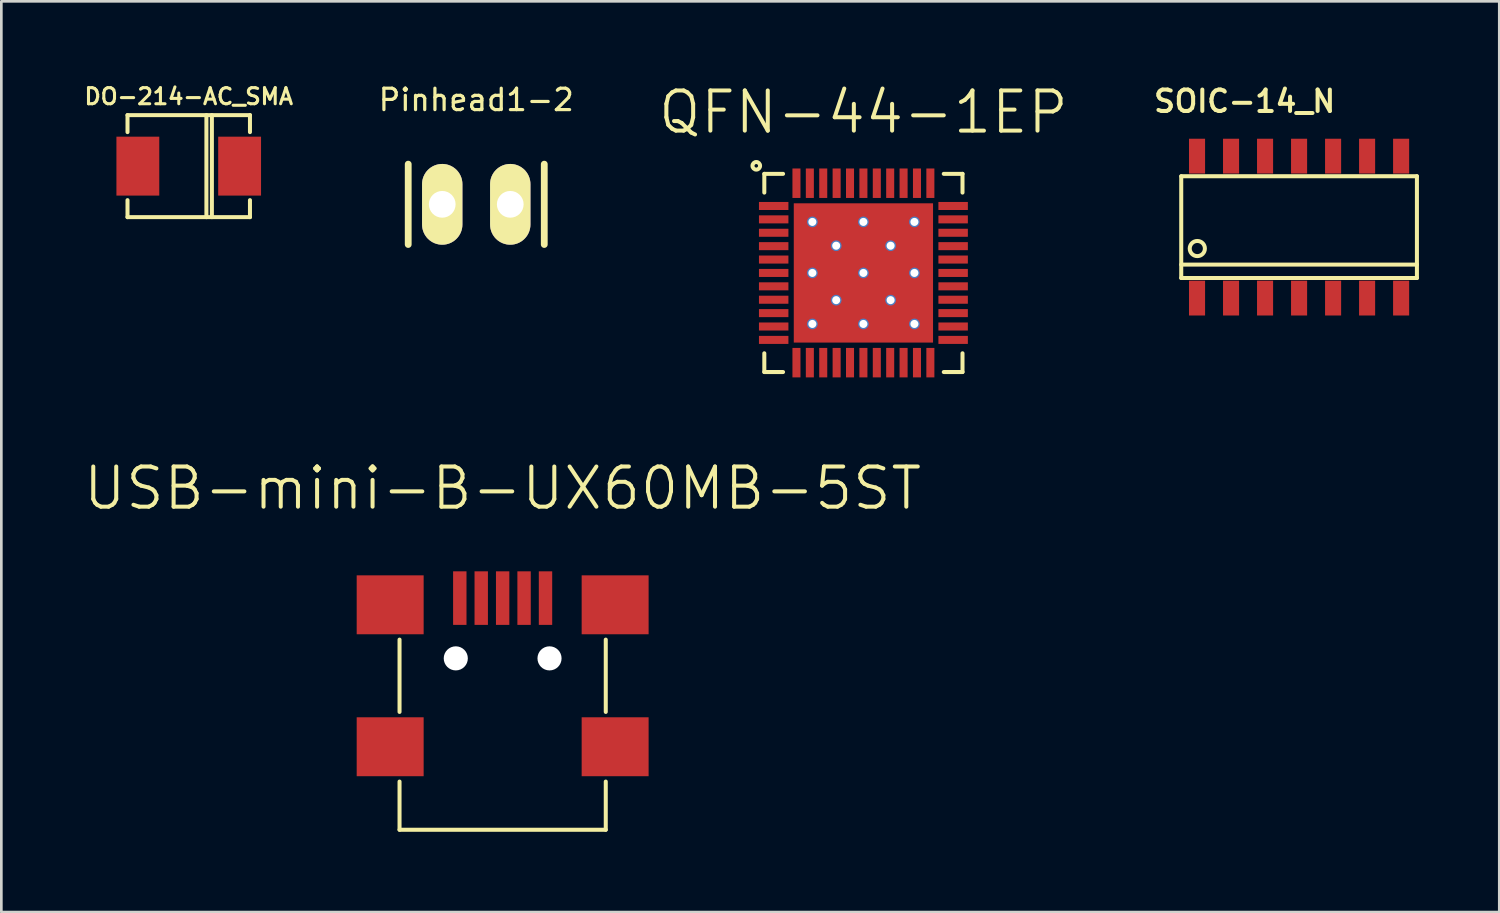
<source format=kicad_pcb>
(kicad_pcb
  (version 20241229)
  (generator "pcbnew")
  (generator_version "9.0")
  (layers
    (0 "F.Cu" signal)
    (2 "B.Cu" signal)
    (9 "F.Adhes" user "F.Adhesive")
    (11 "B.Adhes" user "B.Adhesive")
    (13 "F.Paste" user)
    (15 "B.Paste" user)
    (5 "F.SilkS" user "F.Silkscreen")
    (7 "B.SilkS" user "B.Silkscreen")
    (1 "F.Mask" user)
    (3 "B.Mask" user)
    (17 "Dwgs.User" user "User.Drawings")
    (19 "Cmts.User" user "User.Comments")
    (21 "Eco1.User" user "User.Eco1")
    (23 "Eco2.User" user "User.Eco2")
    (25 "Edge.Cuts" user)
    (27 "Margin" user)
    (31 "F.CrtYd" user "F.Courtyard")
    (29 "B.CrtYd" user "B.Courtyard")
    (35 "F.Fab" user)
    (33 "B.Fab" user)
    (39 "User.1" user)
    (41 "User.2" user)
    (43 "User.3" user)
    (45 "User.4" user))
  (footprint "SOIC-14_N"
    (placed yes)
    (layer "F.Cu")
    (at 45.455 5.43)
    (property "Reference" "SOIC-14_N" (at -2.032 -4.699 0) (layer "F.SilkS") (effects (font (size 0.8 0.8) (thickness 0.15))))
    (attr smd)
    (fp_line (start -4.4 1.4) (end 4.4 1.4) (stroke (width 0.15) (type solid)) (layer "F.SilkS"))
    (fp_line (start -4.4 1.9) (end -4.4 -1.9) (stroke (width 0.15) (type solid)) (layer "F.SilkS"))
    (fp_line (start 4.4 -1.9) (end -4.4 -1.9) (stroke (width 0.15) (type solid)) (layer "F.SilkS"))
    (fp_line (start 4.4 -1.9) (end 4.4 1.9) (stroke (width 0.15) (type solid)) (layer "F.SilkS"))
    (fp_line (start 4.4 1.9) (end -4.4 1.9) (stroke (width 0.15) (type solid)) (layer "F.SilkS"))
    (fp_circle (center -3.8 0.8) (end -3.6 0.6) (stroke (width 0.15) (type solid)) (fill no) (layer "F.SilkS"))
    (pad "1" smd rect (at -3.81 2.65) (size 0.6 1.3) (layers "F.Cu" "F.Mask" "F.Paste"))
    (pad "2" smd rect (at -2.54 2.65) (size 0.6 1.3) (layers "F.Cu" "F.Mask" "F.Paste"))
    (pad "3" smd rect (at -1.27 2.65) (size 0.6 1.3) (layers "F.Cu" "F.Mask" "F.Paste"))
    (pad "4" smd rect (at 0 2.65) (size 0.6 1.3) (layers "F.Cu" "F.Mask" "F.Paste"))
    (pad "5" smd rect (at 1.27 2.65) (size 0.6 1.3) (layers "F.Cu" "F.Mask" "F.Paste"))
    (pad "6" smd rect (at 2.54 2.65) (size 0.6 1.3) (layers "F.Cu" "F.Mask" "F.Paste"))
    (pad "7" smd rect (at 3.81 2.65) (size 0.6 1.3) (layers "F.Cu" "F.Mask" "F.Paste"))
    (pad "8" smd rect (at 3.81 -2.65) (size 0.6 1.3) (layers "F.Cu" "F.Mask" "F.Paste"))
    (pad "9" smd rect (at 2.54 -2.65) (size 0.6 1.3) (layers "F.Cu" "F.Mask" "F.Paste"))
    (pad "10" smd rect (at 1.27 -2.65) (size 0.6 1.3) (layers "F.Cu" "F.Mask" "F.Paste"))
    (pad "11" smd rect (at 0 -2.65) (size 0.6 1.3) (layers "F.Cu" "F.Mask" "F.Paste"))
    (pad "12" smd rect (at -1.27 -2.65) (size 0.6 1.3) (layers "F.Cu" "F.Mask" "F.Paste"))
    (pad "13" smd rect (at -2.54 -2.65) (size 0.6 1.3) (layers "F.Cu" "F.Mask" "F.Paste"))
    (pad "14" smd rect (at -3.81 -2.65) (size 0.6 1.3) (layers "F.Cu" "F.Mask" "F.Paste")))
  (footprint "USB-mini-B-UX60MB-5ST"
    (layer "F.Cu")
    (at 15.718 21.532)
    (property "Reference" "USB-mini-B-UX60MB-5ST" (at 0 -6.35 0) (layer "F.SilkS") (effects (font (size 1.5 1.5) (thickness 0.15))))
    (attr through_hole)
    (fp_line (start -3.85 -0.7) (end -3.85 2) (stroke (width 0.15) (type solid)) (layer "F.SilkS"))
    (fp_line (start -3.85 4.6) (end -3.85 6.4) (stroke (width 0.15) (type solid)) (layer "F.SilkS"))
    (fp_line (start -3.85 6.4) (end 3.85 6.4) (stroke (width 0.15) (type solid)) (layer "F.SilkS"))
    (fp_line (start 3.85 -0.7) (end 3.85 2) (stroke (width 0.15) (type solid)) (layer "F.SilkS"))
    (fp_line (start 3.85 4.6) (end 3.85 6.4) (stroke (width 0.15) (type solid)) (layer "F.SilkS"))
    (pad "" np_thru_hole circle (at -1.75 0) (size 0.9 0.9) (drill 0.9) (layers "*.Cu" "*.Mask"))
    (pad "" np_thru_hole circle (at 1.75 0) (size 0.9 0.9) (drill 0.9) (layers "*.Cu" "*.Mask"))
    (pad "1" smd rect (at -1.6 -2.25) (size 0.5 2) (layers "F.Cu" "F.Mask" "F.Paste"))
    (pad "2" smd rect (at -0.8 -2.25) (size 0.5 2) (layers "F.Cu" "F.Mask" "F.Paste"))
    (pad "3" smd rect (at 0 -2.25) (size 0.5 2) (layers "F.Cu" "F.Mask" "F.Paste"))
    (pad "4" smd rect (at 0.8 -2.25) (size 0.5 2) (layers "F.Cu" "F.Mask" "F.Paste"))
    (pad "5" smd rect (at 1.6 -2.25) (size 0.5 2) (layers "F.Cu" "F.Mask" "F.Paste"))
    (pad "6" smd rect (at -4.2 -2) (size 2.5 2.2) (layers "F.Cu" "F.Mask" "F.Paste"))
    (pad "7" smd rect (at -4.2 3.3) (size 2.5 2.2) (layers "F.Cu" "F.Mask" "F.Paste"))
    (pad "8" smd rect (at 4.2 -2) (size 2.5 2.2) (layers "F.Cu" "F.Mask" "F.Paste"))
    (pad "9" smd rect (at 4.2 3.3) (size 2.5 2.2) (layers "F.Cu" "F.Mask" "F.Paste")))
  (footprint "Pinhead1-2"
    (placed yes)
    (layer "F.Cu")
    (at 14.732 4.579)
    (property "Reference" "Pinhead1-2" (at 0 -3.9 0) (layer "F.SilkS") (effects (font (size 0.8 0.8) (thickness 0.12))))
    (attr exclude_from_pos_files exclude_from_bom)
    (fp_line (start -2.54 -1.5) (end -2.54 1.5) (stroke (width 0.254) (type solid)) (layer "F.SilkS"))
    (fp_line (start 2.54 -1.5) (end 2.54 1.5) (stroke (width 0.254) (type solid)) (layer "F.SilkS"))
    (pad "1" thru_hole oval (at -1.27 0) (size 1.506 3.015) (drill 0.998) (layers "*.Cu" "*.Mask" "F.SilkS"))
    (pad "2" thru_hole oval (at 1.27 0) (size 1.506 3.015) (drill 0.998) (layers "*.Cu" "*.Mask" "F.SilkS")))
  (footprint "DO-214-AC_SMA"
    (placed yes)
    (layer "F.Cu")
    (at 3.997 3.153)
    (property "Reference" "DO-214-AC_SMA" (at 0 -2.601 0) (layer "F.SilkS") (effects (font (size 0.6 0.6) (thickness 0.114))))
    (attr smd)
    (fp_line (start -2.286 -1.905) (end 2.286 -1.905) (stroke (width 0.15) (type solid)) (layer "F.SilkS"))
    (fp_line (start -2.286 -1.27) (end -2.286 -1.905) (stroke (width 0.15) (type solid)) (layer "F.SilkS"))
    (fp_line (start -2.286 1.27) (end -2.286 1.905) (stroke (width 0.15) (type solid)) (layer "F.SilkS"))
    (fp_line (start -2.286 1.905) (end 2.286 1.905) (stroke (width 0.15) (type solid)) (layer "F.SilkS"))
    (fp_line (start 0.66 1.905) (end 0.66 -1.905) (stroke (width 0.15) (type solid)) (layer "F.SilkS"))
    (fp_line (start 0.864 1.905) (end 0.864 -1.905) (stroke (width 0.15) (type solid)) (layer "F.SilkS"))
    (fp_line (start 2.286 -1.905) (end 2.286 -1.27) (stroke (width 0.15) (type solid)) (layer "F.SilkS"))
    (fp_line (start 2.286 1.905) (end 2.286 1.27) (stroke (width 0.15) (type solid)) (layer "F.SilkS"))
    (pad "1" smd rect (at -1.9 0) (size 1.6 2.2) (layers "F.Cu" "F.Mask" "F.Paste"))
    (pad "2" smd rect (at 1.9 0) (size 1.6 2.2) (layers "F.Cu" "F.Mask" "F.Paste")))
  (footprint "QFN-44-1EP"
    (placed yes)
    (layer "F.Cu")
    (at 29.188 7.141)
    (property "Reference" "QFN-44-1EP" (at 0 -6 0) (layer "F.SilkS") (effects (font (size 1.5 1.5) (thickness 0.15))))
    (attr smd)
    (fp_line (start -3.7 -3.7) (end -3 -3.7) (stroke (width 0.15) (type solid)) (layer "F.SilkS"))
    (fp_line (start -3.7 -3) (end -3.7 -3.7) (stroke (width 0.15) (type solid)) (layer "F.SilkS"))
    (fp_line (start -3.7 3) (end -3.7 3.7) (stroke (width 0.15) (type solid)) (layer "F.SilkS"))
    (fp_line (start -3.7 3.7) (end -3 3.7) (stroke (width 0.15) (type solid)) (layer "F.SilkS"))
    (fp_line (start 3 -3.7) (end 3.7 -3.7) (stroke (width 0.15) (type solid)) (layer "F.SilkS"))
    (fp_line (start 3 3.7) (end 3.7 3.7) (stroke (width 0.15) (type solid)) (layer "F.SilkS"))
    (fp_line (start 3.7 -3.7) (end 3.7 -3) (stroke (width 0.15) (type solid)) (layer "F.SilkS"))
    (fp_line (start 3.7 3.7) (end 3.7 3) (stroke (width 0.15) (type solid)) (layer "F.SilkS"))
    (fp_circle (center -4 -4) (end -4.1 -4.1) (stroke (width 0.15) (type solid)) (fill no) (layer "F.SilkS"))
    (pad "1" smd rect (at -3.35 -2.5) (size 1.1 0.3) (layers "F.Cu" "F.Mask" "F.Paste"))
    (pad "2" smd rect (at -3.35 -2) (size 1.1 0.3) (layers "F.Cu" "F.Mask" "F.Paste"))
    (pad "3" smd rect (at -3.35 -1.5) (size 1.1 0.3) (layers "F.Cu" "F.Mask" "F.Paste"))
    (pad "4" smd rect (at -3.35 -1) (size 1.1 0.3) (layers "F.Cu" "F.Mask" "F.Paste"))
    (pad "5" smd rect (at -3.35 -0.5) (size 1.1 0.3) (layers "F.Cu" "F.Mask" "F.Paste"))
    (pad "6" smd rect (at -3.35 0) (size 1.1 0.3) (layers "F.Cu" "F.Mask" "F.Paste"))
    (pad "7" smd rect (at -3.35 0.5) (size 1.1 0.3) (layers "F.Cu" "F.Mask" "F.Paste"))
    (pad "8" smd rect (at -3.35 1) (size 1.1 0.3) (layers "F.Cu" "F.Mask" "F.Paste"))
    (pad "9" smd rect (at -3.35 1.5) (size 1.1 0.3) (layers "F.Cu" "F.Mask" "F.Paste"))
    (pad "10" smd rect (at -3.35 2) (size 1.1 0.3) (layers "F.Cu" "F.Mask" "F.Paste"))
    (pad "11" smd rect (at -3.35 2.5) (size 1.1 0.3) (layers "F.Cu" "F.Mask" "F.Paste"))
    (pad "12" smd rect (at -2.5 3.35) (size 0.3 1.1) (layers "F.Cu" "F.Mask" "F.Paste"))
    (pad "13" smd rect (at -2 3.35) (size 0.3 1.1) (layers "F.Cu" "F.Mask" "F.Paste"))
    (pad "14" smd rect (at -1.5 3.35) (size 0.3 1.1) (layers "F.Cu" "F.Mask" "F.Paste"))
    (pad "15" smd rect (at -1 3.35) (size 0.3 1.1) (layers "F.Cu" "F.Mask" "F.Paste"))
    (pad "16" smd rect (at -0.5 3.35) (size 0.3 1.1) (layers "F.Cu" "F.Mask" "F.Paste"))
    (pad "17" smd rect (at 0 3.35) (size 0.3 1.1) (layers "F.Cu" "F.Mask" "F.Paste"))
    (pad "18" smd rect (at 0.5 3.35) (size 0.3 1.1) (layers "F.Cu" "F.Mask" "F.Paste"))
    (pad "19" smd rect (at 1 3.35) (size 0.3 1.1) (layers "F.Cu" "F.Mask" "F.Paste"))
    (pad "20" smd rect (at 1.5 3.35) (size 0.3 1.1) (layers "F.Cu" "F.Mask" "F.Paste"))
    (pad "21" smd rect (at 2 3.35) (size 0.3 1.1) (layers "F.Cu" "F.Mask" "F.Paste"))
    (pad "22" smd rect (at 2.5 3.35) (size 0.3 1.1) (layers "F.Cu" "F.Mask" "F.Paste"))
    (pad "23" smd rect (at 3.35 2.5) (size 1.1 0.3) (layers "F.Cu" "F.Mask" "F.Paste"))
    (pad "24" smd rect (at 3.35 2) (size 1.1 0.3) (layers "F.Cu" "F.Mask" "F.Paste"))
    (pad "25" smd rect (at 3.35 1.5) (size 1.1 0.3) (layers "F.Cu" "F.Mask" "F.Paste"))
    (pad "26" smd rect (at 3.35 1) (size 1.1 0.3) (layers "F.Cu" "F.Mask" "F.Paste"))
    (pad "27" smd rect (at 3.35 0.5) (size 1.1 0.3) (layers "F.Cu" "F.Mask" "F.Paste"))
    (pad "28" smd rect (at 3.35 0) (size 1.1 0.3) (layers "F.Cu" "F.Mask" "F.Paste"))
    (pad "29" smd rect (at 3.35 -0.5) (size 1.1 0.3) (layers "F.Cu" "F.Mask" "F.Paste"))
    (pad "30" smd rect (at 3.35 -1) (size 1.1 0.3) (layers "F.Cu" "F.Mask" "F.Paste"))
    (pad "31" smd rect (at 3.35 -1.5) (size 1.1 0.3) (layers "F.Cu" "F.Mask" "F.Paste"))
    (pad "32" smd rect (at 3.35 -2) (size 1.1 0.3) (layers "F.Cu" "F.Mask" "F.Paste"))
    (pad "33" smd rect (at 3.35 -2.5) (size 1.1 0.3) (layers "F.Cu" "F.Mask" "F.Paste"))
    (pad "34" smd rect (at 2.5 -3.35) (size 0.3 1.1) (layers "F.Cu" "F.Mask" "F.Paste"))
    (pad "35" smd rect (at 2 -3.35) (size 0.3 1.1) (layers "F.Cu" "F.Mask" "F.Paste"))
    (pad "36" smd rect (at 1.5 -3.35) (size 0.3 1.1) (layers "F.Cu" "F.Mask" "F.Paste"))
    (pad "37" smd rect (at 1 -3.35) (size 0.3 1.1) (layers "F.Cu" "F.Mask" "F.Paste"))
    (pad "38" smd rect (at 0.5 -3.35) (size 0.3 1.1) (layers "F.Cu" "F.Mask" "F.Paste"))
    (pad "39" smd rect (at 0 -3.35) (size 0.3 1.1) (layers "F.Cu" "F.Mask" "F.Paste"))
    (pad "40" smd rect (at -0.5 -3.35) (size 0.3 1.1) (layers "F.Cu" "F.Mask" "F.Paste"))
    (pad "41" smd rect (at -1 -3.35) (size 0.3 1.1) (layers "F.Cu" "F.Mask" "F.Paste"))
    (pad "42" smd rect (at -1.5 -3.35) (size 0.3 1.1) (layers "F.Cu" "F.Mask" "F.Paste"))
    (pad "43" smd rect (at -2 -3.35) (size 0.3 1.1) (layers "F.Cu" "F.Mask" "F.Paste"))
    (pad "44" smd rect (at -2.5 -3.35) (size 0.3 1.1) (layers "F.Cu" "F.Mask" "F.Paste"))
    (pad "45" thru_hole circle (at -1.905 -1.905) (size 0.4 0.4) (drill 0.3) (layers "*.Cu"))
    (pad "45" thru_hole circle (at -1.905 0) (size 0.4 0.4) (drill 0.3) (layers "*.Cu"))
    (pad "45" thru_hole circle (at -1.905 1.905) (size 0.4 0.4) (drill 0.3) (layers "*.Cu"))
    (pad "45" thru_hole circle (at -1.016 -1.016) (size 0.4 0.4) (drill 0.3) (layers "*.Cu"))
    (pad "45" thru_hole circle (at -1.016 1.016) (size 0.4 0.4) (drill 0.3) (layers "*.Cu"))
    (pad "45" thru_hole circle (at 0 -1.905) (size 0.4 0.4) (drill 0.3) (layers "*.Cu"))
    (pad "45" thru_hole circle (at 0 0) (size 0.4 0.4) (drill 0.3) (layers "*.Cu"))
    (pad "45" smd rect (at 0 0) (size 5.2 5.2) (layers "F.Cu" "F.Mask" "F.Paste"))
    (pad "45" thru_hole circle (at 0 1.905) (size 0.4 0.4) (drill 0.3) (layers "*.Cu"))
    (pad "45" thru_hole circle (at 1.016 -1.016) (size 0.4 0.4) (drill 0.3) (layers "*.Cu"))
    (pad "45" thru_hole circle (at 1.016 1.016) (size 0.4 0.4) (drill 0.3) (layers "*.Cu"))
    (pad "45" thru_hole circle (at 1.905 -1.905) (size 0.4 0.4) (drill 0.3) (layers "*.Cu"))
    (pad "45" thru_hole circle (at 1.905 0) (size 0.4 0.4) (drill 0.3) (layers "*.Cu"))
    (pad "45" thru_hole circle (at 1.905 1.905) (size 0.4 0.4) (drill 0.3) (layers "*.Cu")))
  (gr_rect
    (start -3 -3)
    (end 52.93 31.006)
    (stroke (width 0.1) (type default))
    (fill no)
    (layer "Edge.Cuts")))
</source>
